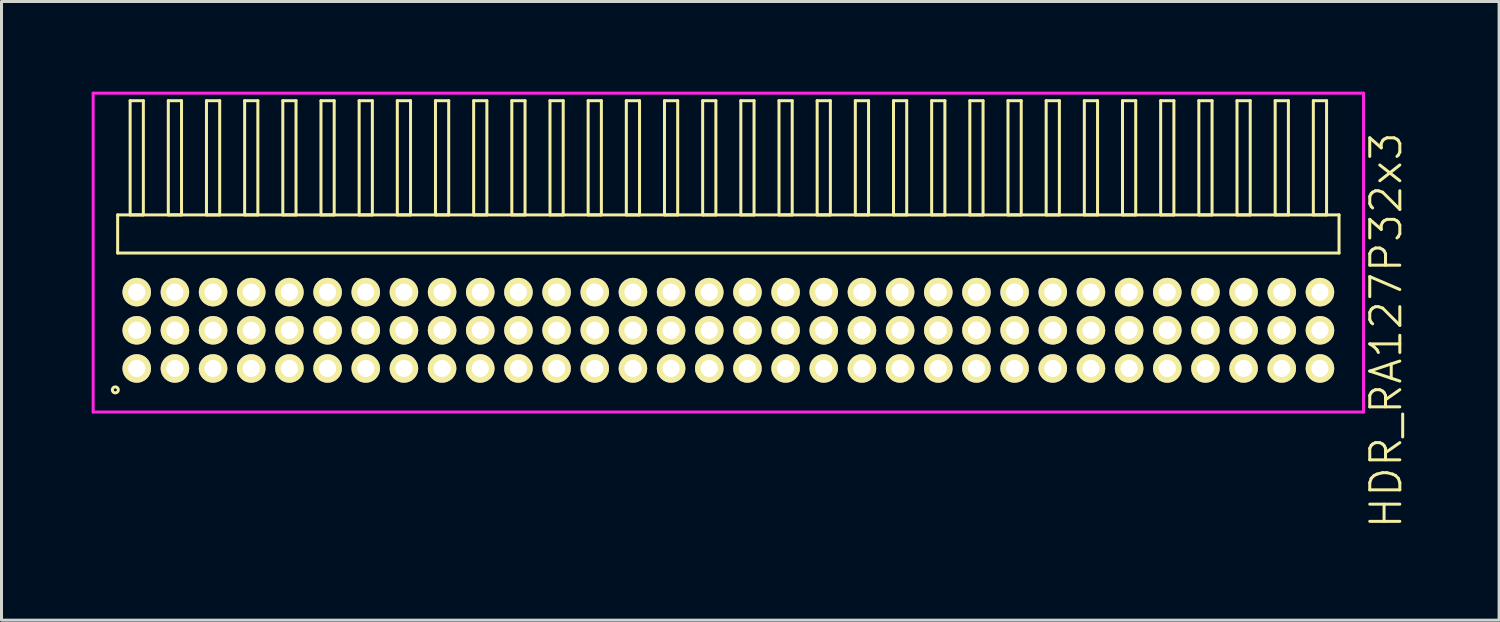
<source format=kicad_pcb>
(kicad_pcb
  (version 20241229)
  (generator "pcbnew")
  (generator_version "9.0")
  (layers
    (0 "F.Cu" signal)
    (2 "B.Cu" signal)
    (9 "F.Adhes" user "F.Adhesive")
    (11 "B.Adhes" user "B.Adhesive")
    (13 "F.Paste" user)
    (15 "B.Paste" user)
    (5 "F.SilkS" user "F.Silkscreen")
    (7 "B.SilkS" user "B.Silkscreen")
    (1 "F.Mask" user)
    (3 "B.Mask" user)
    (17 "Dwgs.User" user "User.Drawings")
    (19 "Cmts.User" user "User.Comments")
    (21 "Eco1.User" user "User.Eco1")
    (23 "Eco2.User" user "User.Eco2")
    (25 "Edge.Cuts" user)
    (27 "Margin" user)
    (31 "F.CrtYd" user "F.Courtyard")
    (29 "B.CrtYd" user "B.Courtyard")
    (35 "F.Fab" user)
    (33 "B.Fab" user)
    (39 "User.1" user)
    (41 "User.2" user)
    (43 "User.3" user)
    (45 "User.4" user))
  (footprint "HDR_RA127P32x3"
    (layer "F.Cu")
    (at 21.185 7.94)
    (property "Reference" "HDR_RA127P32x3" (at 21.885 0 90) (layer "F.SilkS") (effects (font (size 1 1) (thickness 0.1))))
    (attr through_hole)
    (fp_line (start -20.32 -3.84) (end -20.32 -2.57) (stroke (width 0.1) (type solid)) (layer "F.SilkS"))
    (fp_line (start -20.32 -2.57) (end 20.32 -2.57) (stroke (width 0.1) (type solid)) (layer "F.SilkS"))
    (fp_line (start -19.905 -7.64) (end -19.905 -3.84) (stroke (width 0.1) (type solid)) (layer "F.SilkS"))
    (fp_line (start -19.905 -3.84) (end -19.465 -3.84) (stroke (width 0.1) (type solid)) (layer "F.SilkS"))
    (fp_line (start -19.465 -7.64) (end -19.905 -7.64) (stroke (width 0.1) (type solid)) (layer "F.SilkS"))
    (fp_line (start -19.465 -3.84) (end -19.465 -7.64) (stroke (width 0.1) (type solid)) (layer "F.SilkS"))
    (fp_line (start -18.635 -7.64) (end -18.635 -3.84) (stroke (width 0.1) (type solid)) (layer "F.SilkS"))
    (fp_line (start -18.635 -3.84) (end -18.195 -3.84) (stroke (width 0.1) (type solid)) (layer "F.SilkS"))
    (fp_line (start -18.195 -7.64) (end -18.635 -7.64) (stroke (width 0.1) (type solid)) (layer "F.SilkS"))
    (fp_line (start -18.195 -3.84) (end -18.195 -7.64) (stroke (width 0.1) (type solid)) (layer "F.SilkS"))
    (fp_line (start -17.365 -7.64) (end -17.365 -3.84) (stroke (width 0.1) (type solid)) (layer "F.SilkS"))
    (fp_line (start -17.365 -3.84) (end -16.925 -3.84) (stroke (width 0.1) (type solid)) (layer "F.SilkS"))
    (fp_line (start -16.925 -7.64) (end -17.365 -7.64) (stroke (width 0.1) (type solid)) (layer "F.SilkS"))
    (fp_line (start -16.925 -3.84) (end -16.925 -7.64) (stroke (width 0.1) (type solid)) (layer "F.SilkS"))
    (fp_line (start -16.095 -7.64) (end -16.095 -3.84) (stroke (width 0.1) (type solid)) (layer "F.SilkS"))
    (fp_line (start -16.095 -3.84) (end -15.655 -3.84) (stroke (width 0.1) (type solid)) (layer "F.SilkS"))
    (fp_line (start -15.655 -7.64) (end -16.095 -7.64) (stroke (width 0.1) (type solid)) (layer "F.SilkS"))
    (fp_line (start -15.655 -3.84) (end -15.655 -7.64) (stroke (width 0.1) (type solid)) (layer "F.SilkS"))
    (fp_line (start -14.825 -7.64) (end -14.825 -3.84) (stroke (width 0.1) (type solid)) (layer "F.SilkS"))
    (fp_line (start -14.825 -3.84) (end -14.385 -3.84) (stroke (width 0.1) (type solid)) (layer "F.SilkS"))
    (fp_line (start -14.385 -7.64) (end -14.825 -7.64) (stroke (width 0.1) (type solid)) (layer "F.SilkS"))
    (fp_line (start -14.385 -3.84) (end -14.385 -7.64) (stroke (width 0.1) (type solid)) (layer "F.SilkS"))
    (fp_line (start -13.555 -7.64) (end -13.555 -3.84) (stroke (width 0.1) (type solid)) (layer "F.SilkS"))
    (fp_line (start -13.555 -3.84) (end -13.115 -3.84) (stroke (width 0.1) (type solid)) (layer "F.SilkS"))
    (fp_line (start -13.115 -7.64) (end -13.555 -7.64) (stroke (width 0.1) (type solid)) (layer "F.SilkS"))
    (fp_line (start -13.115 -3.84) (end -13.115 -7.64) (stroke (width 0.1) (type solid)) (layer "F.SilkS"))
    (fp_line (start -12.285 -7.64) (end -12.285 -3.84) (stroke (width 0.1) (type solid)) (layer "F.SilkS"))
    (fp_line (start -12.285 -3.84) (end -11.845 -3.84) (stroke (width 0.1) (type solid)) (layer "F.SilkS"))
    (fp_line (start -11.845 -7.64) (end -12.285 -7.64) (stroke (width 0.1) (type solid)) (layer "F.SilkS"))
    (fp_line (start -11.845 -3.84) (end -11.845 -7.64) (stroke (width 0.1) (type solid)) (layer "F.SilkS"))
    (fp_line (start -11.015 -7.64) (end -11.015 -3.84) (stroke (width 0.1) (type solid)) (layer "F.SilkS"))
    (fp_line (start -11.015 -3.84) (end -10.575 -3.84) (stroke (width 0.1) (type solid)) (layer "F.SilkS"))
    (fp_line (start -10.575 -7.64) (end -11.015 -7.64) (stroke (width 0.1) (type solid)) (layer "F.SilkS"))
    (fp_line (start -10.575 -3.84) (end -10.575 -7.64) (stroke (width 0.1) (type solid)) (layer "F.SilkS"))
    (fp_line (start -9.745 -7.64) (end -9.745 -3.84) (stroke (width 0.1) (type solid)) (layer "F.SilkS"))
    (fp_line (start -9.745 -3.84) (end -9.305 -3.84) (stroke (width 0.1) (type solid)) (layer "F.SilkS"))
    (fp_line (start -9.305 -7.64) (end -9.745 -7.64) (stroke (width 0.1) (type solid)) (layer "F.SilkS"))
    (fp_line (start -9.305 -3.84) (end -9.305 -7.64) (stroke (width 0.1) (type solid)) (layer "F.SilkS"))
    (fp_line (start -8.475 -7.64) (end -8.475 -3.84) (stroke (width 0.1) (type solid)) (layer "F.SilkS"))
    (fp_line (start -8.475 -3.84) (end -8.035 -3.84) (stroke (width 0.1) (type solid)) (layer "F.SilkS"))
    (fp_line (start -8.035 -7.64) (end -8.475 -7.64) (stroke (width 0.1) (type solid)) (layer "F.SilkS"))
    (fp_line (start -8.035 -3.84) (end -8.035 -7.64) (stroke (width 0.1) (type solid)) (layer "F.SilkS"))
    (fp_line (start -7.205 -7.64) (end -7.205 -3.84) (stroke (width 0.1) (type solid)) (layer "F.SilkS"))
    (fp_line (start -7.205 -3.84) (end -6.765 -3.84) (stroke (width 0.1) (type solid)) (layer "F.SilkS"))
    (fp_line (start -6.765 -7.64) (end -7.205 -7.64) (stroke (width 0.1) (type solid)) (layer "F.SilkS"))
    (fp_line (start -6.765 -3.84) (end -6.765 -7.64) (stroke (width 0.1) (type solid)) (layer "F.SilkS"))
    (fp_line (start -5.935 -7.64) (end -5.935 -3.84) (stroke (width 0.1) (type solid)) (layer "F.SilkS"))
    (fp_line (start -5.935 -3.84) (end -5.495 -3.84) (stroke (width 0.1) (type solid)) (layer "F.SilkS"))
    (fp_line (start -5.495 -7.64) (end -5.935 -7.64) (stroke (width 0.1) (type solid)) (layer "F.SilkS"))
    (fp_line (start -5.495 -3.84) (end -5.495 -7.64) (stroke (width 0.1) (type solid)) (layer "F.SilkS"))
    (fp_line (start -4.665 -7.64) (end -4.665 -3.84) (stroke (width 0.1) (type solid)) (layer "F.SilkS"))
    (fp_line (start -4.665 -3.84) (end -4.225 -3.84) (stroke (width 0.1) (type solid)) (layer "F.SilkS"))
    (fp_line (start -4.225 -7.64) (end -4.665 -7.64) (stroke (width 0.1) (type solid)) (layer "F.SilkS"))
    (fp_line (start -4.225 -3.84) (end -4.225 -7.64) (stroke (width 0.1) (type solid)) (layer "F.SilkS"))
    (fp_line (start -3.395 -7.64) (end -3.395 -3.84) (stroke (width 0.1) (type solid)) (layer "F.SilkS"))
    (fp_line (start -3.395 -3.84) (end -2.955 -3.84) (stroke (width 0.1) (type solid)) (layer "F.SilkS"))
    (fp_line (start -2.955 -7.64) (end -3.395 -7.64) (stroke (width 0.1) (type solid)) (layer "F.SilkS"))
    (fp_line (start -2.955 -3.84) (end -2.955 -7.64) (stroke (width 0.1) (type solid)) (layer "F.SilkS"))
    (fp_line (start -2.125 -7.64) (end -2.125 -3.84) (stroke (width 0.1) (type solid)) (layer "F.SilkS"))
    (fp_line (start -2.125 -3.84) (end -1.685 -3.84) (stroke (width 0.1) (type solid)) (layer "F.SilkS"))
    (fp_line (start -1.685 -7.64) (end -2.125 -7.64) (stroke (width 0.1) (type solid)) (layer "F.SilkS"))
    (fp_line (start -1.685 -3.84) (end -1.685 -7.64) (stroke (width 0.1) (type solid)) (layer "F.SilkS"))
    (fp_line (start -0.855 -7.64) (end -0.855 -3.84) (stroke (width 0.1) (type solid)) (layer "F.SilkS"))
    (fp_line (start -0.855 -3.84) (end -0.415 -3.84) (stroke (width 0.1) (type solid)) (layer "F.SilkS"))
    (fp_line (start -0.415 -7.64) (end -0.855 -7.64) (stroke (width 0.1) (type solid)) (layer "F.SilkS"))
    (fp_line (start -0.415 -3.84) (end -0.415 -7.64) (stroke (width 0.1) (type solid)) (layer "F.SilkS"))
    (fp_line (start 0.415 -7.64) (end 0.415 -3.84) (stroke (width 0.1) (type solid)) (layer "F.SilkS"))
    (fp_line (start 0.415 -3.84) (end 0.855 -3.84) (stroke (width 0.1) (type solid)) (layer "F.SilkS"))
    (fp_line (start 0.855 -7.64) (end 0.415 -7.64) (stroke (width 0.1) (type solid)) (layer "F.SilkS"))
    (fp_line (start 0.855 -3.84) (end 0.855 -7.64) (stroke (width 0.1) (type solid)) (layer "F.SilkS"))
    (fp_line (start 1.685 -7.64) (end 1.685 -3.84) (stroke (width 0.1) (type solid)) (layer "F.SilkS"))
    (fp_line (start 1.685 -3.84) (end 2.125 -3.84) (stroke (width 0.1) (type solid)) (layer "F.SilkS"))
    (fp_line (start 2.125 -7.64) (end 1.685 -7.64) (stroke (width 0.1) (type solid)) (layer "F.SilkS"))
    (fp_line (start 2.125 -3.84) (end 2.125 -7.64) (stroke (width 0.1) (type solid)) (layer "F.SilkS"))
    (fp_line (start 2.955 -7.64) (end 2.955 -3.84) (stroke (width 0.1) (type solid)) (layer "F.SilkS"))
    (fp_line (start 2.955 -3.84) (end 3.395 -3.84) (stroke (width 0.1) (type solid)) (layer "F.SilkS"))
    (fp_line (start 3.395 -7.64) (end 2.955 -7.64) (stroke (width 0.1) (type solid)) (layer "F.SilkS"))
    (fp_line (start 3.395 -3.84) (end 3.395 -7.64) (stroke (width 0.1) (type solid)) (layer "F.SilkS"))
    (fp_line (start 4.225 -7.64) (end 4.225 -3.84) (stroke (width 0.1) (type solid)) (layer "F.SilkS"))
    (fp_line (start 4.225 -3.84) (end 4.665 -3.84) (stroke (width 0.1) (type solid)) (layer "F.SilkS"))
    (fp_line (start 4.665 -7.64) (end 4.225 -7.64) (stroke (width 0.1) (type solid)) (layer "F.SilkS"))
    (fp_line (start 4.665 -3.84) (end 4.665 -7.64) (stroke (width 0.1) (type solid)) (layer "F.SilkS"))
    (fp_line (start 5.495 -7.64) (end 5.495 -3.84) (stroke (width 0.1) (type solid)) (layer "F.SilkS"))
    (fp_line (start 5.495 -3.84) (end 5.935 -3.84) (stroke (width 0.1) (type solid)) (layer "F.SilkS"))
    (fp_line (start 5.935 -7.64) (end 5.495 -7.64) (stroke (width 0.1) (type solid)) (layer "F.SilkS"))
    (fp_line (start 5.935 -3.84) (end 5.935 -7.64) (stroke (width 0.1) (type solid)) (layer "F.SilkS"))
    (fp_line (start 6.765 -7.64) (end 6.765 -3.84) (stroke (width 0.1) (type solid)) (layer "F.SilkS"))
    (fp_line (start 6.765 -3.84) (end 7.205 -3.84) (stroke (width 0.1) (type solid)) (layer "F.SilkS"))
    (fp_line (start 7.205 -7.64) (end 6.765 -7.64) (stroke (width 0.1) (type solid)) (layer "F.SilkS"))
    (fp_line (start 7.205 -3.84) (end 7.205 -7.64) (stroke (width 0.1) (type solid)) (layer "F.SilkS"))
    (fp_line (start 8.035 -7.64) (end 8.035 -3.84) (stroke (width 0.1) (type solid)) (layer "F.SilkS"))
    (fp_line (start 8.035 -3.84) (end 8.475 -3.84) (stroke (width 0.1) (type solid)) (layer "F.SilkS"))
    (fp_line (start 8.475 -7.64) (end 8.035 -7.64) (stroke (width 0.1) (type solid)) (layer "F.SilkS"))
    (fp_line (start 8.475 -3.84) (end 8.475 -7.64) (stroke (width 0.1) (type solid)) (layer "F.SilkS"))
    (fp_line (start 9.305 -7.64) (end 9.305 -3.84) (stroke (width 0.1) (type solid)) (layer "F.SilkS"))
    (fp_line (start 9.305 -3.84) (end 9.745 -3.84) (stroke (width 0.1) (type solid)) (layer "F.SilkS"))
    (fp_line (start 9.745 -7.64) (end 9.305 -7.64) (stroke (width 0.1) (type solid)) (layer "F.SilkS"))
    (fp_line (start 9.745 -3.84) (end 9.745 -7.64) (stroke (width 0.1) (type solid)) (layer "F.SilkS"))
    (fp_line (start 10.575 -7.64) (end 10.575 -3.84) (stroke (width 0.1) (type solid)) (layer "F.SilkS"))
    (fp_line (start 10.575 -3.84) (end 11.015 -3.84) (stroke (width 0.1) (type solid)) (layer "F.SilkS"))
    (fp_line (start 11.015 -7.64) (end 10.575 -7.64) (stroke (width 0.1) (type solid)) (layer "F.SilkS"))
    (fp_line (start 11.015 -3.84) (end 11.015 -7.64) (stroke (width 0.1) (type solid)) (layer "F.SilkS"))
    (fp_line (start 11.845 -7.64) (end 11.845 -3.84) (stroke (width 0.1) (type solid)) (layer "F.SilkS"))
    (fp_line (start 11.845 -3.84) (end 12.285 -3.84) (stroke (width 0.1) (type solid)) (layer "F.SilkS"))
    (fp_line (start 12.285 -7.64) (end 11.845 -7.64) (stroke (width 0.1) (type solid)) (layer "F.SilkS"))
    (fp_line (start 12.285 -3.84) (end 12.285 -7.64) (stroke (width 0.1) (type solid)) (layer "F.SilkS"))
    (fp_line (start 13.115 -7.64) (end 13.115 -3.84) (stroke (width 0.1) (type solid)) (layer "F.SilkS"))
    (fp_line (start 13.115 -3.84) (end 13.555 -3.84) (stroke (width 0.1) (type solid)) (layer "F.SilkS"))
    (fp_line (start 13.555 -7.64) (end 13.115 -7.64) (stroke (width 0.1) (type solid)) (layer "F.SilkS"))
    (fp_line (start 13.555 -3.84) (end 13.555 -7.64) (stroke (width 0.1) (type solid)) (layer "F.SilkS"))
    (fp_line (start 14.385 -7.64) (end 14.385 -3.84) (stroke (width 0.1) (type solid)) (layer "F.SilkS"))
    (fp_line (start 14.385 -3.84) (end 14.825 -3.84) (stroke (width 0.1) (type solid)) (layer "F.SilkS"))
    (fp_line (start 14.825 -7.64) (end 14.385 -7.64) (stroke (width 0.1) (type solid)) (layer "F.SilkS"))
    (fp_line (start 14.825 -3.84) (end 14.825 -7.64) (stroke (width 0.1) (type solid)) (layer "F.SilkS"))
    (fp_line (start 15.655 -7.64) (end 15.655 -3.84) (stroke (width 0.1) (type solid)) (layer "F.SilkS"))
    (fp_line (start 15.655 -3.84) (end 16.095 -3.84) (stroke (width 0.1) (type solid)) (layer "F.SilkS"))
    (fp_line (start 16.095 -7.64) (end 15.655 -7.64) (stroke (width 0.1) (type solid)) (layer "F.SilkS"))
    (fp_line (start 16.095 -3.84) (end 16.095 -7.64) (stroke (width 0.1) (type solid)) (layer "F.SilkS"))
    (fp_line (start 16.925 -7.64) (end 16.925 -3.84) (stroke (width 0.1) (type solid)) (layer "F.SilkS"))
    (fp_line (start 16.925 -3.84) (end 17.365 -3.84) (stroke (width 0.1) (type solid)) (layer "F.SilkS"))
    (fp_line (start 17.365 -7.64) (end 16.925 -7.64) (stroke (width 0.1) (type solid)) (layer "F.SilkS"))
    (fp_line (start 17.365 -3.84) (end 17.365 -7.64) (stroke (width 0.1) (type solid)) (layer "F.SilkS"))
    (fp_line (start 18.195 -7.64) (end 18.195 -3.84) (stroke (width 0.1) (type solid)) (layer "F.SilkS"))
    (fp_line (start 18.195 -3.84) (end 18.635 -3.84) (stroke (width 0.1) (type solid)) (layer "F.SilkS"))
    (fp_line (start 18.635 -7.64) (end 18.195 -7.64) (stroke (width 0.1) (type solid)) (layer "F.SilkS"))
    (fp_line (start 18.635 -3.84) (end 18.635 -7.64) (stroke (width 0.1) (type solid)) (layer "F.SilkS"))
    (fp_line (start 19.465 -7.64) (end 19.465 -3.84) (stroke (width 0.1) (type solid)) (layer "F.SilkS"))
    (fp_line (start 19.465 -3.84) (end 19.905 -3.84) (stroke (width 0.1) (type solid)) (layer "F.SilkS"))
    (fp_line (start 19.905 -7.64) (end 19.465 -7.64) (stroke (width 0.1) (type solid)) (layer "F.SilkS"))
    (fp_line (start 19.905 -3.84) (end 19.905 -7.64) (stroke (width 0.1) (type solid)) (layer "F.SilkS"))
    (fp_line (start 20.32 -3.84) (end -20.32 -3.84) (stroke (width 0.1) (type solid)) (layer "F.SilkS"))
    (fp_line (start 20.32 -2.57) (end 20.32 -3.84) (stroke (width 0.1) (type solid)) (layer "F.SilkS"))
    (fp_circle (center -20.398 1.983) (end -20.298 1.983) (stroke (width 0.1) (type solid)) (fill no) (layer "F.SilkS"))
    (fp_line (start -21.135 -7.89) (end -21.135 2.72) (stroke (width 0.1) (type solid)) (layer "F.CrtYd"))
    (fp_line (start -21.135 2.72) (end 21.135 2.72) (stroke (width 0.1) (type solid)) (layer "F.CrtYd"))
    (fp_line (start 21.135 -7.89) (end -21.135 -7.89) (stroke (width 0.1) (type solid)) (layer "F.CrtYd"))
    (fp_line (start 21.135 2.72) (end 21.135 -7.89) (stroke (width 0.1) (type solid)) (layer "F.CrtYd"))
    (pad "1" thru_hole oval (at -19.685 1.27) (size 0.95 0.95) (drill 0.57) (layers "*.Cu" "*.Mask" "F.SilkS"))
    (pad "2" thru_hole oval (at -19.685 0) (size 0.95 0.95) (drill 0.57) (layers "*.Cu" "*.Mask" "F.SilkS"))
    (pad "3" thru_hole oval (at -19.685 -1.27) (size 0.95 0.95) (drill 0.57) (layers "*.Cu" "*.Mask" "F.SilkS"))
    (pad "4" thru_hole oval (at -18.415 1.27) (size 0.95 0.95) (drill 0.57) (layers "*.Cu" "*.Mask" "F.SilkS"))
    (pad "5" thru_hole oval (at -18.415 0) (size 0.95 0.95) (drill 0.57) (layers "*.Cu" "*.Mask" "F.SilkS"))
    (pad "6" thru_hole oval (at -18.415 -1.27) (size 0.95 0.95) (drill 0.57) (layers "*.Cu" "*.Mask" "F.SilkS"))
    (pad "7" thru_hole oval (at -17.145 1.27) (size 0.95 0.95) (drill 0.57) (layers "*.Cu" "*.Mask" "F.SilkS"))
    (pad "8" thru_hole oval (at -17.145 0) (size 0.95 0.95) (drill 0.57) (layers "*.Cu" "*.Mask" "F.SilkS"))
    (pad "9" thru_hole oval (at -17.145 -1.27) (size 0.95 0.95) (drill 0.57) (layers "*.Cu" "*.Mask" "F.SilkS"))
    (pad "10" thru_hole oval (at -15.875 1.27) (size 0.95 0.95) (drill 0.57) (layers "*.Cu" "*.Mask" "F.SilkS"))
    (pad "11" thru_hole oval (at -15.875 0) (size 0.95 0.95) (drill 0.57) (layers "*.Cu" "*.Mask" "F.SilkS"))
    (pad "12" thru_hole oval (at -15.875 -1.27) (size 0.95 0.95) (drill 0.57) (layers "*.Cu" "*.Mask" "F.SilkS"))
    (pad "13" thru_hole oval (at -14.605 1.27) (size 0.95 0.95) (drill 0.57) (layers "*.Cu" "*.Mask" "F.SilkS"))
    (pad "14" thru_hole oval (at -14.605 0) (size 0.95 0.95) (drill 0.57) (layers "*.Cu" "*.Mask" "F.SilkS"))
    (pad "15" thru_hole oval (at -14.605 -1.27) (size 0.95 0.95) (drill 0.57) (layers "*.Cu" "*.Mask" "F.SilkS"))
    (pad "16" thru_hole oval (at -13.335 1.27) (size 0.95 0.95) (drill 0.57) (layers "*.Cu" "*.Mask" "F.SilkS"))
    (pad "17" thru_hole oval (at -13.335 0) (size 0.95 0.95) (drill 0.57) (layers "*.Cu" "*.Mask" "F.SilkS"))
    (pad "18" thru_hole oval (at -13.335 -1.27) (size 0.95 0.95) (drill 0.57) (layers "*.Cu" "*.Mask" "F.SilkS"))
    (pad "19" thru_hole oval (at -12.065 1.27) (size 0.95 0.95) (drill 0.57) (layers "*.Cu" "*.Mask" "F.SilkS"))
    (pad "20" thru_hole oval (at -12.065 0) (size 0.95 0.95) (drill 0.57) (layers "*.Cu" "*.Mask" "F.SilkS"))
    (pad "21" thru_hole oval (at -12.065 -1.27) (size 0.95 0.95) (drill 0.57) (layers "*.Cu" "*.Mask" "F.SilkS"))
    (pad "22" thru_hole oval (at -10.795 1.27) (size 0.95 0.95) (drill 0.57) (layers "*.Cu" "*.Mask" "F.SilkS"))
    (pad "23" thru_hole oval (at -10.795 0) (size 0.95 0.95) (drill 0.57) (layers "*.Cu" "*.Mask" "F.SilkS"))
    (pad "24" thru_hole oval (at -10.795 -1.27) (size 0.95 0.95) (drill 0.57) (layers "*.Cu" "*.Mask" "F.SilkS"))
    (pad "25" thru_hole oval (at -9.525 1.27) (size 0.95 0.95) (drill 0.57) (layers "*.Cu" "*.Mask" "F.SilkS"))
    (pad "26" thru_hole oval (at -9.525 0) (size 0.95 0.95) (drill 0.57) (layers "*.Cu" "*.Mask" "F.SilkS"))
    (pad "27" thru_hole oval (at -9.525 -1.27) (size 0.95 0.95) (drill 0.57) (layers "*.Cu" "*.Mask" "F.SilkS"))
    (pad "28" thru_hole oval (at -8.255 1.27) (size 0.95 0.95) (drill 0.57) (layers "*.Cu" "*.Mask" "F.SilkS"))
    (pad "29" thru_hole oval (at -8.255 0) (size 0.95 0.95) (drill 0.57) (layers "*.Cu" "*.Mask" "F.SilkS"))
    (pad "30" thru_hole oval (at -8.255 -1.27) (size 0.95 0.95) (drill 0.57) (layers "*.Cu" "*.Mask" "F.SilkS"))
    (pad "31" thru_hole oval (at -6.985 1.27) (size 0.95 0.95) (drill 0.57) (layers "*.Cu" "*.Mask" "F.SilkS"))
    (pad "32" thru_hole oval (at -6.985 0) (size 0.95 0.95) (drill 0.57) (layers "*.Cu" "*.Mask" "F.SilkS"))
    (pad "33" thru_hole oval (at -6.985 -1.27) (size 0.95 0.95) (drill 0.57) (layers "*.Cu" "*.Mask" "F.SilkS"))
    (pad "34" thru_hole oval (at -5.715 1.27) (size 0.95 0.95) (drill 0.57) (layers "*.Cu" "*.Mask" "F.SilkS"))
    (pad "35" thru_hole oval (at -5.715 0) (size 0.95 0.95) (drill 0.57) (layers "*.Cu" "*.Mask" "F.SilkS"))
    (pad "36" thru_hole oval (at -5.715 -1.27) (size 0.95 0.95) (drill 0.57) (layers "*.Cu" "*.Mask" "F.SilkS"))
    (pad "37" thru_hole oval (at -4.445 1.27) (size 0.95 0.95) (drill 0.57) (layers "*.Cu" "*.Mask" "F.SilkS"))
    (pad "38" thru_hole oval (at -4.445 0) (size 0.95 0.95) (drill 0.57) (layers "*.Cu" "*.Mask" "F.SilkS"))
    (pad "39" thru_hole oval (at -4.445 -1.27) (size 0.95 0.95) (drill 0.57) (layers "*.Cu" "*.Mask" "F.SilkS"))
    (pad "40" thru_hole oval (at -3.175 1.27) (size 0.95 0.95) (drill 0.57) (layers "*.Cu" "*.Mask" "F.SilkS"))
    (pad "41" thru_hole oval (at -3.175 0) (size 0.95 0.95) (drill 0.57) (layers "*.Cu" "*.Mask" "F.SilkS"))
    (pad "42" thru_hole oval (at -3.175 -1.27) (size 0.95 0.95) (drill 0.57) (layers "*.Cu" "*.Mask" "F.SilkS"))
    (pad "43" thru_hole oval (at -1.905 1.27) (size 0.95 0.95) (drill 0.57) (layers "*.Cu" "*.Mask" "F.SilkS"))
    (pad "44" thru_hole oval (at -1.905 0) (size 0.95 0.95) (drill 0.57) (layers "*.Cu" "*.Mask" "F.SilkS"))
    (pad "45" thru_hole oval (at -1.905 -1.27) (size 0.95 0.95) (drill 0.57) (layers "*.Cu" "*.Mask" "F.SilkS"))
    (pad "46" thru_hole oval (at -0.635 1.27) (size 0.95 0.95) (drill 0.57) (layers "*.Cu" "*.Mask" "F.SilkS"))
    (pad "47" thru_hole oval (at -0.635 0) (size 0.95 0.95) (drill 0.57) (layers "*.Cu" "*.Mask" "F.SilkS"))
    (pad "48" thru_hole oval (at -0.635 -1.27) (size 0.95 0.95) (drill 0.57) (layers "*.Cu" "*.Mask" "F.SilkS"))
    (pad "49" thru_hole oval (at 0.635 1.27) (size 0.95 0.95) (drill 0.57) (layers "*.Cu" "*.Mask" "F.SilkS"))
    (pad "50" thru_hole oval (at 0.635 0) (size 0.95 0.95) (drill 0.57) (layers "*.Cu" "*.Mask" "F.SilkS"))
    (pad "51" thru_hole oval (at 0.635 -1.27) (size 0.95 0.95) (drill 0.57) (layers "*.Cu" "*.Mask" "F.SilkS"))
    (pad "52" thru_hole oval (at 1.905 1.27) (size 0.95 0.95) (drill 0.57) (layers "*.Cu" "*.Mask" "F.SilkS"))
    (pad "53" thru_hole oval (at 1.905 0) (size 0.95 0.95) (drill 0.57) (layers "*.Cu" "*.Mask" "F.SilkS"))
    (pad "54" thru_hole oval (at 1.905 -1.27) (size 0.95 0.95) (drill 0.57) (layers "*.Cu" "*.Mask" "F.SilkS"))
    (pad "55" thru_hole oval (at 3.175 1.27) (size 0.95 0.95) (drill 0.57) (layers "*.Cu" "*.Mask" "F.SilkS"))
    (pad "56" thru_hole oval (at 3.175 0) (size 0.95 0.95) (drill 0.57) (layers "*.Cu" "*.Mask" "F.SilkS"))
    (pad "57" thru_hole oval (at 3.175 -1.27) (size 0.95 0.95) (drill 0.57) (layers "*.Cu" "*.Mask" "F.SilkS"))
    (pad "58" thru_hole oval (at 4.445 1.27) (size 0.95 0.95) (drill 0.57) (layers "*.Cu" "*.Mask" "F.SilkS"))
    (pad "59" thru_hole oval (at 4.445 0) (size 0.95 0.95) (drill 0.57) (layers "*.Cu" "*.Mask" "F.SilkS"))
    (pad "60" thru_hole oval (at 4.445 -1.27) (size 0.95 0.95) (drill 0.57) (layers "*.Cu" "*.Mask" "F.SilkS"))
    (pad "61" thru_hole oval (at 5.715 1.27) (size 0.95 0.95) (drill 0.57) (layers "*.Cu" "*.Mask" "F.SilkS"))
    (pad "62" thru_hole oval (at 5.715 0) (size 0.95 0.95) (drill 0.57) (layers "*.Cu" "*.Mask" "F.SilkS"))
    (pad "63" thru_hole oval (at 5.715 -1.27) (size 0.95 0.95) (drill 0.57) (layers "*.Cu" "*.Mask" "F.SilkS"))
    (pad "64" thru_hole oval (at 6.985 1.27) (size 0.95 0.95) (drill 0.57) (layers "*.Cu" "*.Mask" "F.SilkS"))
    (pad "65" thru_hole oval (at 6.985 0) (size 0.95 0.95) (drill 0.57) (layers "*.Cu" "*.Mask" "F.SilkS"))
    (pad "66" thru_hole oval (at 6.985 -1.27) (size 0.95 0.95) (drill 0.57) (layers "*.Cu" "*.Mask" "F.SilkS"))
    (pad "67" thru_hole oval (at 8.255 1.27) (size 0.95 0.95) (drill 0.57) (layers "*.Cu" "*.Mask" "F.SilkS"))
    (pad "68" thru_hole oval (at 8.255 0) (size 0.95 0.95) (drill 0.57) (layers "*.Cu" "*.Mask" "F.SilkS"))
    (pad "69" thru_hole oval (at 8.255 -1.27) (size 0.95 0.95) (drill 0.57) (layers "*.Cu" "*.Mask" "F.SilkS"))
    (pad "70" thru_hole oval (at 9.525 1.27) (size 0.95 0.95) (drill 0.57) (layers "*.Cu" "*.Mask" "F.SilkS"))
    (pad "71" thru_hole oval (at 9.525 0) (size 0.95 0.95) (drill 0.57) (layers "*.Cu" "*.Mask" "F.SilkS"))
    (pad "72" thru_hole oval (at 9.525 -1.27) (size 0.95 0.95) (drill 0.57) (layers "*.Cu" "*.Mask" "F.SilkS"))
    (pad "73" thru_hole oval (at 10.795 1.27) (size 0.95 0.95) (drill 0.57) (layers "*.Cu" "*.Mask" "F.SilkS"))
    (pad "74" thru_hole oval (at 10.795 0) (size 0.95 0.95) (drill 0.57) (layers "*.Cu" "*.Mask" "F.SilkS"))
    (pad "75" thru_hole oval (at 10.795 -1.27) (size 0.95 0.95) (drill 0.57) (layers "*.Cu" "*.Mask" "F.SilkS"))
    (pad "76" thru_hole oval (at 12.065 1.27) (size 0.95 0.95) (drill 0.57) (layers "*.Cu" "*.Mask" "F.SilkS"))
    (pad "77" thru_hole oval (at 12.065 0) (size 0.95 0.95) (drill 0.57) (layers "*.Cu" "*.Mask" "F.SilkS"))
    (pad "78" thru_hole oval (at 12.065 -1.27) (size 0.95 0.95) (drill 0.57) (layers "*.Cu" "*.Mask" "F.SilkS"))
    (pad "79" thru_hole oval (at 13.335 1.27) (size 0.95 0.95) (drill 0.57) (layers "*.Cu" "*.Mask" "F.SilkS"))
    (pad "80" thru_hole oval (at 13.335 0) (size 0.95 0.95) (drill 0.57) (layers "*.Cu" "*.Mask" "F.SilkS"))
    (pad "81" thru_hole oval (at 13.335 -1.27) (size 0.95 0.95) (drill 0.57) (layers "*.Cu" "*.Mask" "F.SilkS"))
    (pad "82" thru_hole oval (at 14.605 1.27) (size 0.95 0.95) (drill 0.57) (layers "*.Cu" "*.Mask" "F.SilkS"))
    (pad "83" thru_hole oval (at 14.605 0) (size 0.95 0.95) (drill 0.57) (layers "*.Cu" "*.Mask" "F.SilkS"))
    (pad "84" thru_hole oval (at 14.605 -1.27) (size 0.95 0.95) (drill 0.57) (layers "*.Cu" "*.Mask" "F.SilkS"))
    (pad "85" thru_hole oval (at 15.875 1.27) (size 0.95 0.95) (drill 0.57) (layers "*.Cu" "*.Mask" "F.SilkS"))
    (pad "86" thru_hole oval (at 15.875 0) (size 0.95 0.95) (drill 0.57) (layers "*.Cu" "*.Mask" "F.SilkS"))
    (pad "87" thru_hole oval (at 15.875 -1.27) (size 0.95 0.95) (drill 0.57) (layers "*.Cu" "*.Mask" "F.SilkS"))
    (pad "88" thru_hole oval (at 17.145 1.27) (size 0.95 0.95) (drill 0.57) (layers "*.Cu" "*.Mask" "F.SilkS"))
    (pad "89" thru_hole oval (at 17.145 0) (size 0.95 0.95) (drill 0.57) (layers "*.Cu" "*.Mask" "F.SilkS"))
    (pad "90" thru_hole oval (at 17.145 -1.27) (size 0.95 0.95) (drill 0.57) (layers "*.Cu" "*.Mask" "F.SilkS"))
    (pad "91" thru_hole oval (at 18.415 1.27) (size 0.95 0.95) (drill 0.57) (layers "*.Cu" "*.Mask" "F.SilkS"))
    (pad "92" thru_hole oval (at 18.415 0) (size 0.95 0.95) (drill 0.57) (layers "*.Cu" "*.Mask" "F.SilkS"))
    (pad "93" thru_hole oval (at 18.415 -1.27) (size 0.95 0.95) (drill 0.57) (layers "*.Cu" "*.Mask" "F.SilkS"))
    (pad "94" thru_hole oval (at 19.685 1.27) (size 0.95 0.95) (drill 0.57) (layers "*.Cu" "*.Mask" "F.SilkS"))
    (pad "95" thru_hole oval (at 19.685 0) (size 0.95 0.95) (drill 0.57) (layers "*.Cu" "*.Mask" "F.SilkS"))
    (pad "96" thru_hole oval (at 19.685 -1.27) (size 0.95 0.95) (drill 0.57) (layers "*.Cu" "*.Mask" "F.SilkS")))
  (gr_rect
    (start -3 -3)
    (end 46.831 17.585)
    (stroke (width 0.1) (type default))
    (fill no)
    (layer "Edge.Cuts")))
</source>
